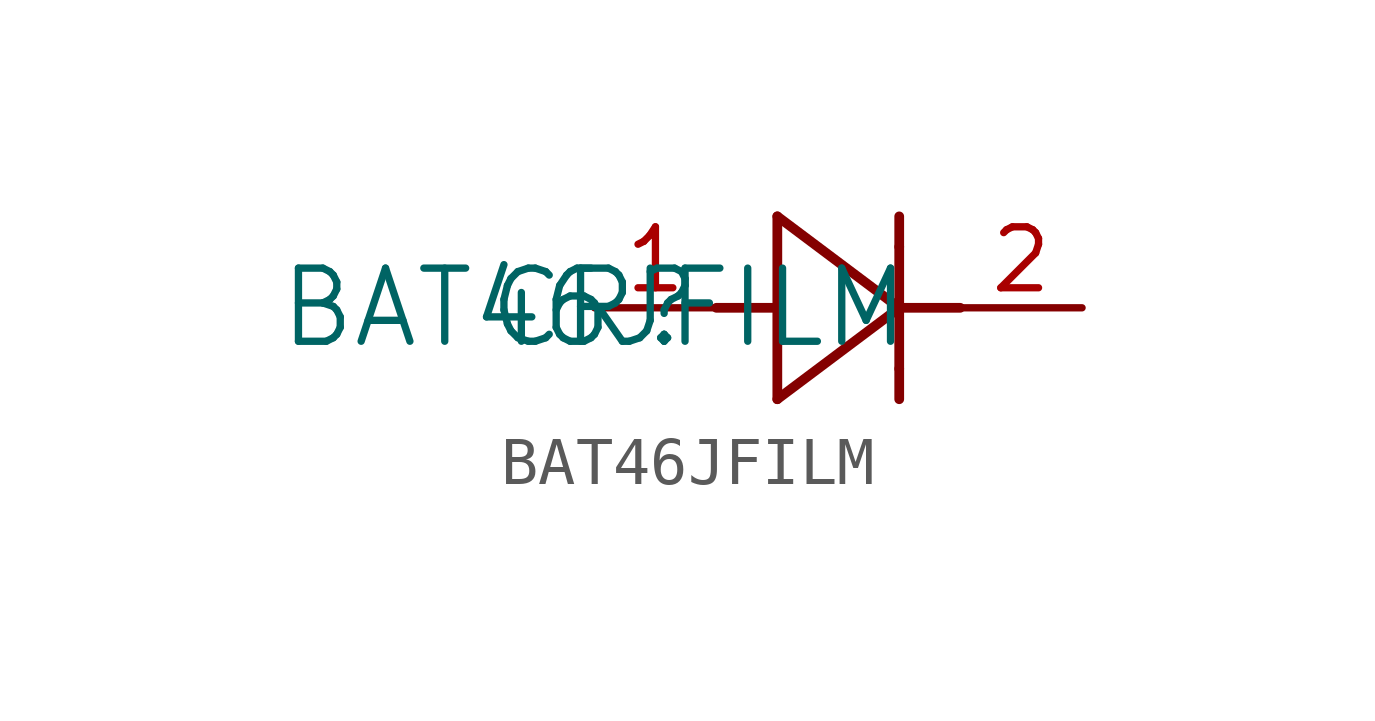
<source format=kicad_sym>
(kicad_symbol_lib
  (version 20211014)
  (generator kicad_symbol_editor)
  (symbol "BAT46JFILM"
    (pin_names
      (offset 0.254))
    (property "Reference" "CR"
      (at 0 0 0)
      (effects (font (size 1.524 1.524))))
    (property "Value" "BAT46JFILM"
      (at 0 0 0)
      (effects (font (size 1.524 1.524))))
    (symbol "BAT46JFILM_0_1"
      (polyline (pts (xy 6.35 1.27) (xy 6.35 1.905)) (stroke (width 0.203) (type default) (color 0 0 0 0)) (fill (type none)))
      (polyline (pts (xy 7.62 0) (xy 6.35 0)) (stroke (width 0.203) (type default) (color 0 0 0 0)) (fill (type none)))
      (polyline (pts (xy 6.35 -1.905) (xy 6.35 -1.27)) (stroke (width 0.203) (type default) (color 0 0 0 0)) (fill (type none)))
      (polyline (pts (xy 3.81 1.905) (xy 3.81 -1.905)) (stroke (width 0.203) (type default) (color 0 0 0 0)) (fill (type none)))
      (polyline (pts (xy 6.35 -1.27) (xy 6.35 1.27)) (stroke (width 0.203) (type default) (color 0 0 0 0)) (fill (type none)))
      (polyline (pts (xy 6.35 0) (xy 3.81 1.905)) (stroke (width 0.203) (type default) (color 0 0 0 0)) (fill (type none)))
      (polyline (pts (xy 3.81 -1.905) (xy 6.35 0)) (stroke (width 0.203) (type default) (color 0 0 0 0)) (fill (type none)))
      (polyline (pts (xy 2.54 0) (xy 3.81 0)) (stroke (width 0.203) (type default) (color 0 0 0 0)) (fill (type none)))
      (pin unspecified line (at 0 0 0) (length 2.54) (name "" (effects (font (size 1.27 1.27)))) (number "1" (effects (font (size 1.27 1.27)))))
      (pin unspecified line (at 10.16 0 180) (length 2.54) (name "" (effects (font (size 1.27 1.27)))) (number "2" (effects (font (size 1.27 1.27))))))))
</source>
